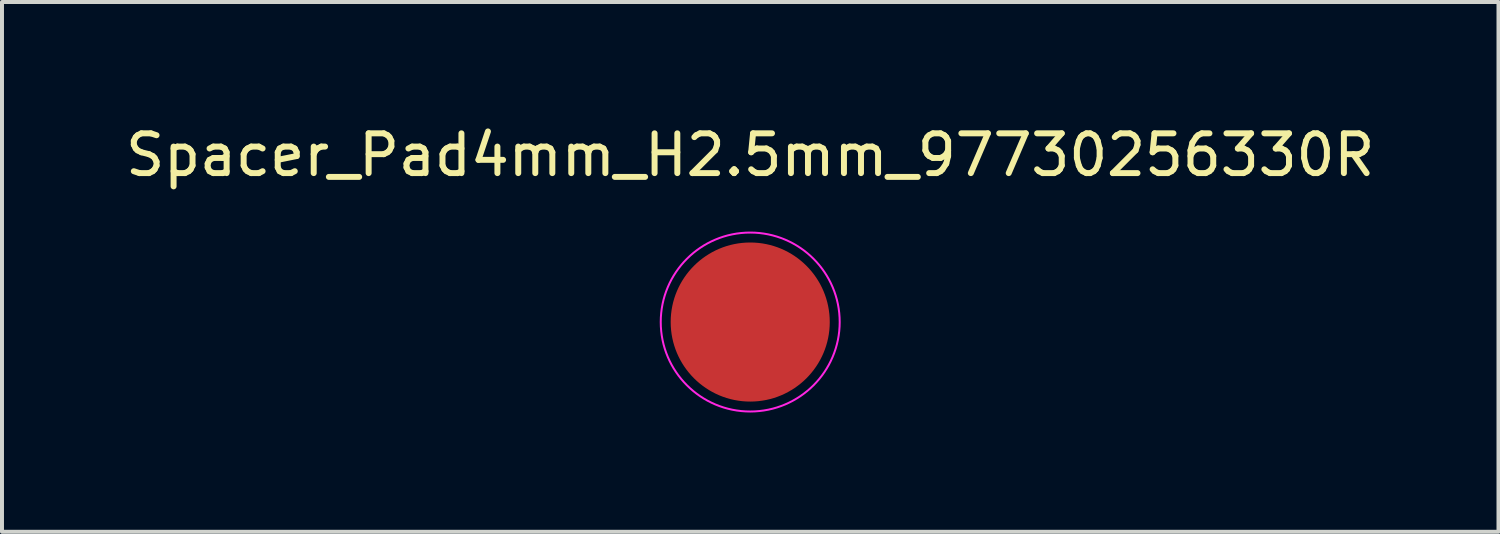
<source format=kicad_pcb>
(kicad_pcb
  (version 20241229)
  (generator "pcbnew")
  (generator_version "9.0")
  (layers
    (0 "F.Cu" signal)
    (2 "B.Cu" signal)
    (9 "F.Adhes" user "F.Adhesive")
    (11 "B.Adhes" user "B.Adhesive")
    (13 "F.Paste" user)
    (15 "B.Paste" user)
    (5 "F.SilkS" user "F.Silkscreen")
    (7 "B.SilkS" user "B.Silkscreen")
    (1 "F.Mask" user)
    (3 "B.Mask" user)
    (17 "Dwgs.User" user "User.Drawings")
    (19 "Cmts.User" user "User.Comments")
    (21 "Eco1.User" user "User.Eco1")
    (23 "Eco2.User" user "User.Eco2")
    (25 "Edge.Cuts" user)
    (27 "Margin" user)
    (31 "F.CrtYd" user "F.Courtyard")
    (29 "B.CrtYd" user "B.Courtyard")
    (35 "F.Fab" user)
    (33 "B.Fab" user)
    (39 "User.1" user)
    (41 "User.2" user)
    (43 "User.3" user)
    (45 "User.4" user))
  (footprint "Spacer_Pad4mm_H2.5mm_97730256330R"
    (layer "F.Cu")
    (at 15.815 5.048)
    (property "Reference" "Spacer_Pad4mm_H2.5mm_97730256330R" (at 0 -4.2 0) (layer "F.SilkS") (effects (font (size 1 1) (thickness 0.15))))
    (attr smd)
    (fp_circle (center 0 0) (end 2.25 0) (stroke (width 0.05) (type default)) (fill no) (layer "F.CrtYd"))
    (fp_line (start -1.649 -0.057) (end -1.649 0.057) (stroke (width 0.01) (type solid)) (layer "User.9"))
    (fp_line (start -1.649 0.057) (end -1.641 0.171) (stroke (width 0.01) (type solid)) (layer "User.9"))
    (fp_line (start -1.641 -0.171) (end -1.649 -0.057) (stroke (width 0.01) (type solid)) (layer "User.9"))
    (fp_line (start -1.641 0.171) (end -1.625 0.283) (stroke (width 0.01) (type solid)) (layer "User.9"))
    (fp_line (start -1.625 -0.283) (end -1.641 -0.171) (stroke (width 0.01) (type solid)) (layer "User.9"))
    (fp_line (start -1.625 0.283) (end -1.602 0.395) (stroke (width 0.01) (type solid)) (layer "User.9"))
    (fp_line (start -1.602 -0.395) (end -1.625 -0.283) (stroke (width 0.01) (type solid)) (layer "User.9"))
    (fp_line (start -1.602 0.395) (end -1.571 0.504) (stroke (width 0.01) (type solid)) (layer "User.9"))
    (fp_line (start -1.571 -0.504) (end -1.602 -0.395) (stroke (width 0.01) (type solid)) (layer "User.9"))
    (fp_line (start -1.571 0.504) (end -1.532 0.612) (stroke (width 0.01) (type solid)) (layer "User.9"))
    (fp_line (start -1.532 -0.612) (end -1.571 -0.504) (stroke (width 0.01) (type solid)) (layer "User.9"))
    (fp_line (start -1.532 0.612) (end -1.487 0.716) (stroke (width 0.01) (type solid)) (layer "User.9"))
    (fp_line (start -1.487 -0.716) (end -1.532 -0.612) (stroke (width 0.01) (type solid)) (layer "User.9"))
    (fp_line (start -1.487 0.716) (end -1.434 0.817) (stroke (width 0.01) (type solid)) (layer "User.9"))
    (fp_line (start -1.434 -0.817) (end -1.487 -0.716) (stroke (width 0.01) (type solid)) (layer "User.9"))
    (fp_line (start -1.434 0.817) (end -1.374 0.914) (stroke (width 0.01) (type solid)) (layer "User.9"))
    (fp_line (start -1.374 -0.914) (end -1.434 -0.817) (stroke (width 0.01) (type solid)) (layer "User.9"))
    (fp_line (start -1.374 0.914) (end -1.308 1.006) (stroke (width 0.01) (type solid)) (layer "User.9"))
    (fp_line (start -1.308 -1.006) (end -1.374 -0.914) (stroke (width 0.01) (type solid)) (layer "User.9"))
    (fp_line (start -1.308 1.006) (end -1.235 1.094) (stroke (width 0.01) (type solid)) (layer "User.9"))
    (fp_line (start -1.235 -1.094) (end -1.308 -1.006) (stroke (width 0.01) (type solid)) (layer "User.9"))
    (fp_line (start -1.235 1.094) (end -1.157 1.177) (stroke (width 0.01) (type solid)) (layer "User.9"))
    (fp_line (start -1.157 -1.177) (end -1.235 -1.094) (stroke (width 0.01) (type solid)) (layer "User.9"))
    (fp_line (start -1.157 1.177) (end -1.073 1.254) (stroke (width 0.01) (type solid)) (layer "User.9"))
    (fp_line (start -1.073 -1.254) (end -1.157 -1.177) (stroke (width 0.01) (type solid)) (layer "User.9"))
    (fp_line (start -1.073 1.254) (end -0.984 1.325) (stroke (width 0.01) (type solid)) (layer "User.9"))
    (fp_line (start -0.984 -1.325) (end -1.073 -1.254) (stroke (width 0.01) (type solid)) (layer "User.9"))
    (fp_line (start -0.984 1.325) (end -0.89 1.389) (stroke (width 0.01) (type solid)) (layer "User.9"))
    (fp_line (start -0.89 -1.389) (end -0.984 -1.325) (stroke (width 0.01) (type solid)) (layer "User.9"))
    (fp_line (start -0.89 1.389) (end -0.792 1.448) (stroke (width 0.01) (type solid)) (layer "User.9"))
    (fp_line (start -0.81 0) (end -0.807 0.079) (stroke (width 0.01) (type solid)) (layer "User.9"))
    (fp_line (start -0.807 -0.079) (end -0.81 0) (stroke (width 0.01) (type solid)) (layer "User.9"))
    (fp_line (start -0.807 0.079) (end -0.795 0.158) (stroke (width 0.01) (type solid)) (layer "User.9"))
    (fp_line (start -0.795 -0.158) (end -0.807 -0.079) (stroke (width 0.01) (type solid)) (layer "User.9"))
    (fp_line (start -0.795 0.158) (end -0.776 0.235) (stroke (width 0.01) (type solid)) (layer "User.9"))
    (fp_line (start -0.792 -1.448) (end -0.89 -1.389) (stroke (width 0.01) (type solid)) (layer "User.9"))
    (fp_line (start -0.792 1.448) (end -0.69 1.499) (stroke (width 0.01) (type solid)) (layer "User.9"))
    (fp_line (start -0.776 -0.235) (end -0.795 -0.158) (stroke (width 0.01) (type solid)) (layer "User.9"))
    (fp_line (start -0.776 0.235) (end -0.749 0.31) (stroke (width 0.01) (type solid)) (layer "User.9"))
    (fp_line (start -0.749 -0.31) (end -0.776 -0.235) (stroke (width 0.01) (type solid)) (layer "User.9"))
    (fp_line (start -0.749 0.31) (end -0.715 0.382) (stroke (width 0.01) (type solid)) (layer "User.9"))
    (fp_line (start -0.715 -0.382) (end -0.749 -0.31) (stroke (width 0.01) (type solid)) (layer "User.9"))
    (fp_line (start -0.715 0.382) (end -0.674 0.45) (stroke (width 0.01) (type solid)) (layer "User.9"))
    (fp_line (start -0.69 -1.499) (end -0.792 -1.448) (stroke (width 0.01) (type solid)) (layer "User.9"))
    (fp_line (start -0.69 1.499) (end -0.585 1.543) (stroke (width 0.01) (type solid)) (layer "User.9"))
    (fp_line (start -0.674 -0.45) (end -0.715 -0.382) (stroke (width 0.01) (type solid)) (layer "User.9"))
    (fp_line (start -0.674 0.45) (end -0.627 0.514) (stroke (width 0.01) (type solid)) (layer "User.9"))
    (fp_line (start -0.627 -0.514) (end -0.674 -0.45) (stroke (width 0.01) (type solid)) (layer "User.9"))
    (fp_line (start -0.627 0.514) (end -0.573 0.573) (stroke (width 0.01) (type solid)) (layer "User.9"))
    (fp_line (start -0.611 0) (end -0.607 -0.068) (stroke (width 0.01) (type solid)) (layer "User.9"))
    (fp_line (start -0.607 -0.068) (end -0.595 -0.136) (stroke (width 0.01) (type solid)) (layer "User.9"))
    (fp_line (start -0.607 0.068) (end -0.611 0) (stroke (width 0.01) (type solid)) (layer "User.9"))
    (fp_line (start -0.595 -0.136) (end -0.576 -0.202) (stroke (width 0.01) (type solid)) (layer "User.9"))
    (fp_line (start -0.595 0.136) (end -0.607 0.068) (stroke (width 0.01) (type solid)) (layer "User.9"))
    (fp_line (start -0.585 -1.543) (end -0.69 -1.499) (stroke (width 0.01) (type solid)) (layer "User.9"))
    (fp_line (start -0.585 1.543) (end -0.477 1.579) (stroke (width 0.01) (type solid)) (layer "User.9"))
    (fp_line (start -0.576 -0.202) (end -0.55 -0.265) (stroke (width 0.01) (type solid)) (layer "User.9"))
    (fp_line (start -0.576 0.202) (end -0.595 0.136) (stroke (width 0.01) (type solid)) (layer "User.9"))
    (fp_line (start -0.573 -0.573) (end -0.627 -0.514) (stroke (width 0.01) (type solid)) (layer "User.9"))
    (fp_line (start -0.573 0.573) (end -0.514 0.627) (stroke (width 0.01) (type solid)) (layer "User.9"))
    (fp_line (start -0.55 -0.265) (end -0.517 -0.325) (stroke (width 0.01) (type solid)) (layer "User.9"))
    (fp_line (start -0.55 0.265) (end -0.576 0.202) (stroke (width 0.01) (type solid)) (layer "User.9"))
    (fp_line (start -0.517 -0.325) (end -0.477 -0.381) (stroke (width 0.01) (type solid)) (layer "User.9"))
    (fp_line (start -0.517 0.325) (end -0.55 0.265) (stroke (width 0.01) (type solid)) (layer "User.9"))
    (fp_line (start -0.514 -0.627) (end -0.573 -0.573) (stroke (width 0.01) (type solid)) (layer "User.9"))
    (fp_line (start -0.514 0.627) (end -0.45 0.674) (stroke (width 0.01) (type solid)) (layer "User.9"))
    (fp_line (start -0.477 -0.381) (end -0.432 -0.432) (stroke (width 0.01) (type solid)) (layer "User.9"))
    (fp_line (start -0.477 0.381) (end -0.517 0.325) (stroke (width 0.01) (type solid)) (layer "User.9"))
    (fp_line (start -0.477 -1.579) (end -0.585 -1.543) (stroke (width 0.01) (type solid)) (layer "User.9"))
    (fp_line (start -0.477 1.579) (end -0.367 1.609) (stroke (width 0.01) (type solid)) (layer "User.9"))
    (fp_line (start -0.45 -0.674) (end -0.514 -0.627) (stroke (width 0.01) (type solid)) (layer "User.9"))
    (fp_line (start -0.45 0.674) (end -0.382 0.715) (stroke (width 0.01) (type solid)) (layer "User.9"))
    (fp_line (start -0.432 -0.432) (end -0.381 -0.477) (stroke (width 0.01) (type solid)) (layer "User.9"))
    (fp_line (start -0.432 0.432) (end -0.477 0.381) (stroke (width 0.01) (type solid)) (layer "User.9"))
    (fp_line (start -0.382 -0.715) (end -0.45 -0.674) (stroke (width 0.01) (type solid)) (layer "User.9"))
    (fp_line (start -0.382 0.715) (end -0.31 0.749) (stroke (width 0.01) (type solid)) (layer "User.9"))
    (fp_line (start -0.381 -0.477) (end -0.325 -0.517) (stroke (width 0.01) (type solid)) (layer "User.9"))
    (fp_line (start -0.381 0.477) (end -0.432 0.432) (stroke (width 0.01) (type solid)) (layer "User.9"))
    (fp_line (start -0.367 -1.609) (end -0.477 -1.579) (stroke (width 0.01) (type solid)) (layer "User.9"))
    (fp_line (start -0.367 1.609) (end -0.255 1.63) (stroke (width 0.01) (type solid)) (layer "User.9"))
    (fp_line (start -0.325 -0.517) (end -0.265 -0.55) (stroke (width 0.01) (type solid)) (layer "User.9"))
    (fp_line (start -0.325 0.517) (end -0.381 0.477) (stroke (width 0.01) (type solid)) (layer "User.9"))
    (fp_line (start -0.31 -0.749) (end -0.382 -0.715) (stroke (width 0.01) (type solid)) (layer "User.9"))
    (fp_line (start -0.31 0.749) (end -0.235 0.776) (stroke (width 0.01) (type solid)) (layer "User.9"))
    (fp_line (start -0.265 -0.55) (end -0.202 -0.576) (stroke (width 0.01) (type solid)) (layer "User.9"))
    (fp_line (start -0.265 0.55) (end -0.325 0.517) (stroke (width 0.01) (type solid)) (layer "User.9"))
    (fp_line (start -0.255 -1.63) (end -0.367 -1.609) (stroke (width 0.01) (type solid)) (layer "User.9"))
    (fp_line (start -0.255 1.63) (end -0.142 1.644) (stroke (width 0.01) (type solid)) (layer "User.9"))
    (fp_line (start -0.235 -0.776) (end -0.31 -0.749) (stroke (width 0.01) (type solid)) (layer "User.9"))
    (fp_line (start -0.235 0.776) (end -0.158 0.795) (stroke (width 0.01) (type solid)) (layer "User.9"))
    (fp_line (start -0.202 -0.576) (end -0.136 -0.595) (stroke (width 0.01) (type solid)) (layer "User.9"))
    (fp_line (start -0.202 0.576) (end -0.265 0.55) (stroke (width 0.01) (type solid)) (layer "User.9"))
    (fp_line (start -0.158 -0.795) (end -0.235 -0.776) (stroke (width 0.01) (type solid)) (layer "User.9"))
    (fp_line (start -0.158 0.795) (end -0.079 0.807) (stroke (width 0.01) (type solid)) (layer "User.9"))
    (fp_line (start -0.142 -1.644) (end -0.255 -1.63) (stroke (width 0.01) (type solid)) (layer "User.9"))
    (fp_line (start -0.142 1.644) (end -0.028 1.65) (stroke (width 0.01) (type solid)) (layer "User.9"))
    (fp_line (start -0.136 -0.595) (end -0.068 -0.607) (stroke (width 0.01) (type solid)) (layer "User.9"))
    (fp_line (start -0.136 0.595) (end -0.202 0.576) (stroke (width 0.01) (type solid)) (layer "User.9"))
    (fp_line (start -0.079 -0.807) (end -0.158 -0.795) (stroke (width 0.01) (type solid)) (layer "User.9"))
    (fp_line (start -0.079 0.807) (end 0 0.81) (stroke (width 0.01) (type solid)) (layer "User.9"))
    (fp_line (start -0.068 -0.607) (end 0 -0.611) (stroke (width 0.01) (type solid)) (layer "User.9"))
    (fp_line (start -0.068 0.607) (end -0.136 0.595) (stroke (width 0.01) (type solid)) (layer "User.9"))
    (fp_line (start -0.028 -1.65) (end -0.142 -1.644) (stroke (width 0.01) (type solid)) (layer "User.9"))
    (fp_line (start -0.028 1.65) (end 0.085 1.648) (stroke (width 0.01) (type solid)) (layer "User.9"))
    (fp_line (start 0 -0.81) (end -0.079 -0.807) (stroke (width 0.01) (type solid)) (layer "User.9"))
    (fp_line (start 0 -0.611) (end 0.068 -0.607) (stroke (width 0.01) (type solid)) (layer "User.9"))
    (fp_line (start 0 0.611) (end -0.068 0.607) (stroke (width 0.01) (type solid)) (layer "User.9"))
    (fp_line (start 0 0.81) (end 0.079 0.807) (stroke (width 0.01) (type solid)) (layer "User.9"))
    (fp_line (start 0.068 -0.607) (end 0.136 -0.595) (stroke (width 0.01) (type solid)) (layer "User.9"))
    (fp_line (start 0.068 0.607) (end 0 0.611) (stroke (width 0.01) (type solid)) (layer "User.9"))
    (fp_line (start 0.079 -0.807) (end 0 -0.81) (stroke (width 0.01) (type solid)) (layer "User.9"))
    (fp_line (start 0.079 0.807) (end 0.158 0.795) (stroke (width 0.01) (type solid)) (layer "User.9"))
    (fp_line (start 0.085 -1.648) (end -0.028 -1.65) (stroke (width 0.01) (type solid)) (layer "User.9"))
    (fp_line (start 0.085 1.648) (end 0.199 1.638) (stroke (width 0.01) (type solid)) (layer "User.9"))
    (fp_line (start 0.136 -0.595) (end 0.202 -0.576) (stroke (width 0.01) (type solid)) (layer "User.9"))
    (fp_line (start 0.136 0.595) (end 0.068 0.607) (stroke (width 0.01) (type solid)) (layer "User.9"))
    (fp_line (start 0.158 -0.795) (end 0.079 -0.807) (stroke (width 0.01) (type solid)) (layer "User.9"))
    (fp_line (start 0.158 0.795) (end 0.235 0.776) (stroke (width 0.01) (type solid)) (layer "User.9"))
    (fp_line (start 0.199 -1.638) (end 0.085 -1.648) (stroke (width 0.01) (type solid)) (layer "User.9"))
    (fp_line (start 0.199 1.638) (end 0.311 1.62) (stroke (width 0.01) (type solid)) (layer "User.9"))
    (fp_line (start 0.202 -0.576) (end 0.265 -0.55) (stroke (width 0.01) (type solid)) (layer "User.9"))
    (fp_line (start 0.202 0.576) (end 0.136 0.595) (stroke (width 0.01) (type solid)) (layer "User.9"))
    (fp_line (start 0.235 -0.776) (end 0.158 -0.795) (stroke (width 0.01) (type solid)) (layer "User.9"))
    (fp_line (start 0.235 0.776) (end 0.31 0.749) (stroke (width 0.01) (type solid)) (layer "User.9"))
    (fp_line (start 0.265 -0.55) (end 0.325 -0.517) (stroke (width 0.01) (type solid)) (layer "User.9"))
    (fp_line (start 0.265 0.55) (end 0.202 0.576) (stroke (width 0.01) (type solid)) (layer "User.9"))
    (fp_line (start 0.31 -0.749) (end 0.235 -0.776) (stroke (width 0.01) (type solid)) (layer "User.9"))
    (fp_line (start 0.31 0.749) (end 0.382 0.715) (stroke (width 0.01) (type solid)) (layer "User.9"))
    (fp_line (start 0.311 -1.62) (end 0.199 -1.638) (stroke (width 0.01) (type solid)) (layer "User.9"))
    (fp_line (start 0.311 1.62) (end 0.422 1.595) (stroke (width 0.01) (type solid)) (layer "User.9"))
    (fp_line (start 0.325 -0.517) (end 0.381 -0.477) (stroke (width 0.01) (type solid)) (layer "User.9"))
    (fp_line (start 0.325 0.517) (end 0.265 0.55) (stroke (width 0.01) (type solid)) (layer "User.9"))
    (fp_line (start 0.381 -0.477) (end 0.432 -0.432) (stroke (width 0.01) (type solid)) (layer "User.9"))
    (fp_line (start 0.381 0.477) (end 0.325 0.517) (stroke (width 0.01) (type solid)) (layer "User.9"))
    (fp_line (start 0.382 -0.715) (end 0.31 -0.749) (stroke (width 0.01) (type solid)) (layer "User.9"))
    (fp_line (start 0.382 0.715) (end 0.45 0.674) (stroke (width 0.01) (type solid)) (layer "User.9"))
    (fp_line (start 0.422 -1.595) (end 0.311 -1.62) (stroke (width 0.01) (type solid)) (layer "User.9"))
    (fp_line (start 0.422 1.595) (end 0.531 1.562) (stroke (width 0.01) (type solid)) (layer "User.9"))
    (fp_line (start 0.432 -0.432) (end 0.477 -0.381) (stroke (width 0.01) (type solid)) (layer "User.9"))
    (fp_line (start 0.432 0.432) (end 0.381 0.477) (stroke (width 0.01) (type solid)) (layer "User.9"))
    (fp_line (start 0.45 -0.674) (end 0.382 -0.715) (stroke (width 0.01) (type solid)) (layer "User.9"))
    (fp_line (start 0.45 0.674) (end 0.514 0.627) (stroke (width 0.01) (type solid)) (layer "User.9"))
    (fp_line (start 0.477 -0.381) (end 0.517 -0.325) (stroke (width 0.01) (type solid)) (layer "User.9"))
    (fp_line (start 0.477 0.381) (end 0.432 0.432) (stroke (width 0.01) (type solid)) (layer "User.9"))
    (fp_line (start 0.514 -0.627) (end 0.45 -0.674) (stroke (width 0.01) (type solid)) (layer "User.9"))
    (fp_line (start 0.514 0.627) (end 0.573 0.573) (stroke (width 0.01) (type solid)) (layer "User.9"))
    (fp_line (start 0.517 -0.325) (end 0.55 -0.265) (stroke (width 0.01) (type solid)) (layer "User.9"))
    (fp_line (start 0.517 0.325) (end 0.477 0.381) (stroke (width 0.01) (type solid)) (layer "User.9"))
    (fp_line (start 0.531 -1.562) (end 0.422 -1.595) (stroke (width 0.01) (type solid)) (layer "User.9"))
    (fp_line (start 0.531 1.562) (end 0.638 1.522) (stroke (width 0.01) (type solid)) (layer "User.9"))
    (fp_line (start 0.55 -0.265) (end 0.576 -0.202) (stroke (width 0.01) (type solid)) (layer "User.9"))
    (fp_line (start 0.55 0.265) (end 0.517 0.325) (stroke (width 0.01) (type solid)) (layer "User.9"))
    (fp_line (start 0.573 -0.573) (end 0.514 -0.627) (stroke (width 0.01) (type solid)) (layer "User.9"))
    (fp_line (start 0.573 0.573) (end 0.627 0.514) (stroke (width 0.01) (type solid)) (layer "User.9"))
    (fp_line (start 0.576 -0.202) (end 0.595 -0.136) (stroke (width 0.01) (type solid)) (layer "User.9"))
    (fp_line (start 0.576 0.202) (end 0.55 0.265) (stroke (width 0.01) (type solid)) (layer "User.9"))
    (fp_line (start 0.595 -0.136) (end 0.607 -0.068) (stroke (width 0.01) (type solid)) (layer "User.9"))
    (fp_line (start 0.595 0.136) (end 0.576 0.202) (stroke (width 0.01) (type solid)) (layer "User.9"))
    (fp_line (start 0.607 -0.068) (end 0.611 0) (stroke (width 0.01) (type solid)) (layer "User.9"))
    (fp_line (start 0.607 0.068) (end 0.595 0.136) (stroke (width 0.01) (type solid)) (layer "User.9"))
    (fp_line (start 0.611 0) (end 0.607 0.068) (stroke (width 0.01) (type solid)) (layer "User.9"))
    (fp_line (start 0.627 -0.514) (end 0.573 -0.573) (stroke (width 0.01) (type solid)) (layer "User.9"))
    (fp_line (start 0.627 0.514) (end 0.674 0.45) (stroke (width 0.01) (type solid)) (layer "User.9"))
    (fp_line (start 0.638 -1.522) (end 0.531 -1.562) (stroke (width 0.01) (type solid)) (layer "User.9"))
    (fp_line (start 0.638 1.522) (end 0.741 1.474) (stroke (width 0.01) (type solid)) (layer "User.9"))
    (fp_line (start 0.674 -0.45) (end 0.627 -0.514) (stroke (width 0.01) (type solid)) (layer "User.9"))
    (fp_line (start 0.674 0.45) (end 0.715 0.382) (stroke (width 0.01) (type solid)) (layer "User.9"))
    (fp_line (start 0.715 -0.382) (end 0.674 -0.45) (stroke (width 0.01) (type solid)) (layer "User.9"))
    (fp_line (start 0.715 0.382) (end 0.749 0.31) (stroke (width 0.01) (type solid)) (layer "User.9"))
    (fp_line (start 0.741 -1.474) (end 0.638 -1.522) (stroke (width 0.01) (type solid)) (layer "User.9"))
    (fp_line (start 0.741 1.474) (end 0.841 1.419) (stroke (width 0.01) (type solid)) (layer "User.9"))
    (fp_line (start 0.749 -0.31) (end 0.715 -0.382) (stroke (width 0.01) (type solid)) (layer "User.9"))
    (fp_line (start 0.749 0.31) (end 0.776 0.235) (stroke (width 0.01) (type solid)) (layer "User.9"))
    (fp_line (start 0.776 -0.235) (end 0.749 -0.31) (stroke (width 0.01) (type solid)) (layer "User.9"))
    (fp_line (start 0.776 0.235) (end 0.795 0.158) (stroke (width 0.01) (type solid)) (layer "User.9"))
    (fp_line (start 0.795 -0.158) (end 0.776 -0.235) (stroke (width 0.01) (type solid)) (layer "User.9"))
    (fp_line (start 0.795 0.158) (end 0.807 0.079) (stroke (width 0.01) (type solid)) (layer "User.9"))
    (fp_line (start 0.807 -0.079) (end 0.795 -0.158) (stroke (width 0.01) (type solid)) (layer "User.9"))
    (fp_line (start 0.807 0.079) (end 0.81 0) (stroke (width 0.01) (type solid)) (layer "User.9"))
    (fp_line (start 0.81 0) (end 0.807 -0.079) (stroke (width 0.01) (type solid)) (layer "User.9"))
    (fp_line (start 0.841 -1.419) (end 0.741 -1.474) (stroke (width 0.01) (type solid)) (layer "User.9"))
    (fp_line (start 0.841 1.419) (end 0.937 1.358) (stroke (width 0.01) (type solid)) (layer "User.9"))
    (fp_line (start 0.937 -1.358) (end 0.841 -1.419) (stroke (width 0.01) (type solid)) (layer "User.9"))
    (fp_line (start 0.937 1.358) (end 1.029 1.29) (stroke (width 0.01) (type solid)) (layer "User.9"))
    (fp_line (start 1.029 -1.29) (end 0.937 -1.358) (stroke (width 0.01) (type solid)) (layer "User.9"))
    (fp_line (start 1.029 1.29) (end 1.115 1.216) (stroke (width 0.01) (type solid)) (layer "User.9"))
    (fp_line (start 1.115 -1.216) (end 1.029 -1.29) (stroke (width 0.01) (type solid)) (layer "User.9"))
    (fp_line (start 1.115 1.216) (end 1.197 1.136) (stroke (width 0.01) (type solid)) (layer "User.9"))
    (fp_line (start 1.197 -1.136) (end 1.115 -1.216) (stroke (width 0.01) (type solid)) (layer "User.9"))
    (fp_line (start 1.197 1.136) (end 1.272 1.051) (stroke (width 0.01) (type solid)) (layer "User.9"))
    (fp_line (start 1.272 -1.051) (end 1.197 -1.136) (stroke (width 0.01) (type solid)) (layer "User.9"))
    (fp_line (start 1.272 1.051) (end 1.342 0.961) (stroke (width 0.01) (type solid)) (layer "User.9"))
    (fp_line (start 1.342 -0.961) (end 1.272 -1.051) (stroke (width 0.01) (type solid)) (layer "User.9"))
    (fp_line (start 1.342 0.961) (end 1.405 0.866) (stroke (width 0.01) (type solid)) (layer "User.9"))
    (fp_line (start 1.405 -0.866) (end 1.342 -0.961) (stroke (width 0.01) (type solid)) (layer "User.9"))
    (fp_line (start 1.405 0.866) (end 1.461 0.767) (stroke (width 0.01) (type solid)) (layer "User.9"))
    (fp_line (start 1.461 -0.767) (end 1.405 -0.866) (stroke (width 0.01) (type solid)) (layer "User.9"))
    (fp_line (start 1.461 0.767) (end 1.51 0.664) (stroke (width 0.01) (type solid)) (layer "User.9"))
    (fp_line (start 1.51 -0.664) (end 1.461 -0.767) (stroke (width 0.01) (type solid)) (layer "User.9"))
    (fp_line (start 1.51 0.664) (end 1.553 0.558) (stroke (width 0.01) (type solid)) (layer "User.9"))
    (fp_line (start 1.553 -0.558) (end 1.51 -0.664) (stroke (width 0.01) (type solid)) (layer "User.9"))
    (fp_line (start 1.553 0.558) (end 1.587 0.45) (stroke (width 0.01) (type solid)) (layer "User.9"))
    (fp_line (start 1.587 -0.45) (end 1.553 -0.558) (stroke (width 0.01) (type solid)) (layer "User.9"))
    (fp_line (start 1.587 0.45) (end 1.615 0.339) (stroke (width 0.01) (type solid)) (layer "User.9"))
    (fp_line (start 1.615 -0.339) (end 1.587 -0.45) (stroke (width 0.01) (type solid)) (layer "User.9"))
    (fp_line (start 1.615 0.339) (end 1.634 0.227) (stroke (width 0.01) (type solid)) (layer "User.9"))
    (fp_line (start 1.634 -0.227) (end 1.615 -0.339) (stroke (width 0.01) (type solid)) (layer "User.9"))
    (fp_line (start 1.634 0.227) (end 1.646 0.114) (stroke (width 0.01) (type solid)) (layer "User.9"))
    (fp_line (start 1.646 -0.114) (end 1.634 -0.227) (stroke (width 0.01) (type solid)) (layer "User.9"))
    (fp_line (start 1.646 0.114) (end 1.65 0) (stroke (width 0.01) (type solid)) (layer "User.9"))
    (fp_line (start 1.65 0) (end 1.646 -0.114) (stroke (width 0.01) (type solid)) (layer "User.9"))
    (pad "1" smd circle (at 0 0) (size 4 4) (layers "F.Cu" "F.Mask" "F.Paste")))
  (gr_rect
    (start -3 -3)
    (end 34.631 10.323)
    (stroke (width 0.1) (type default))
    (fill no)
    (layer "Edge.Cuts")))
</source>
